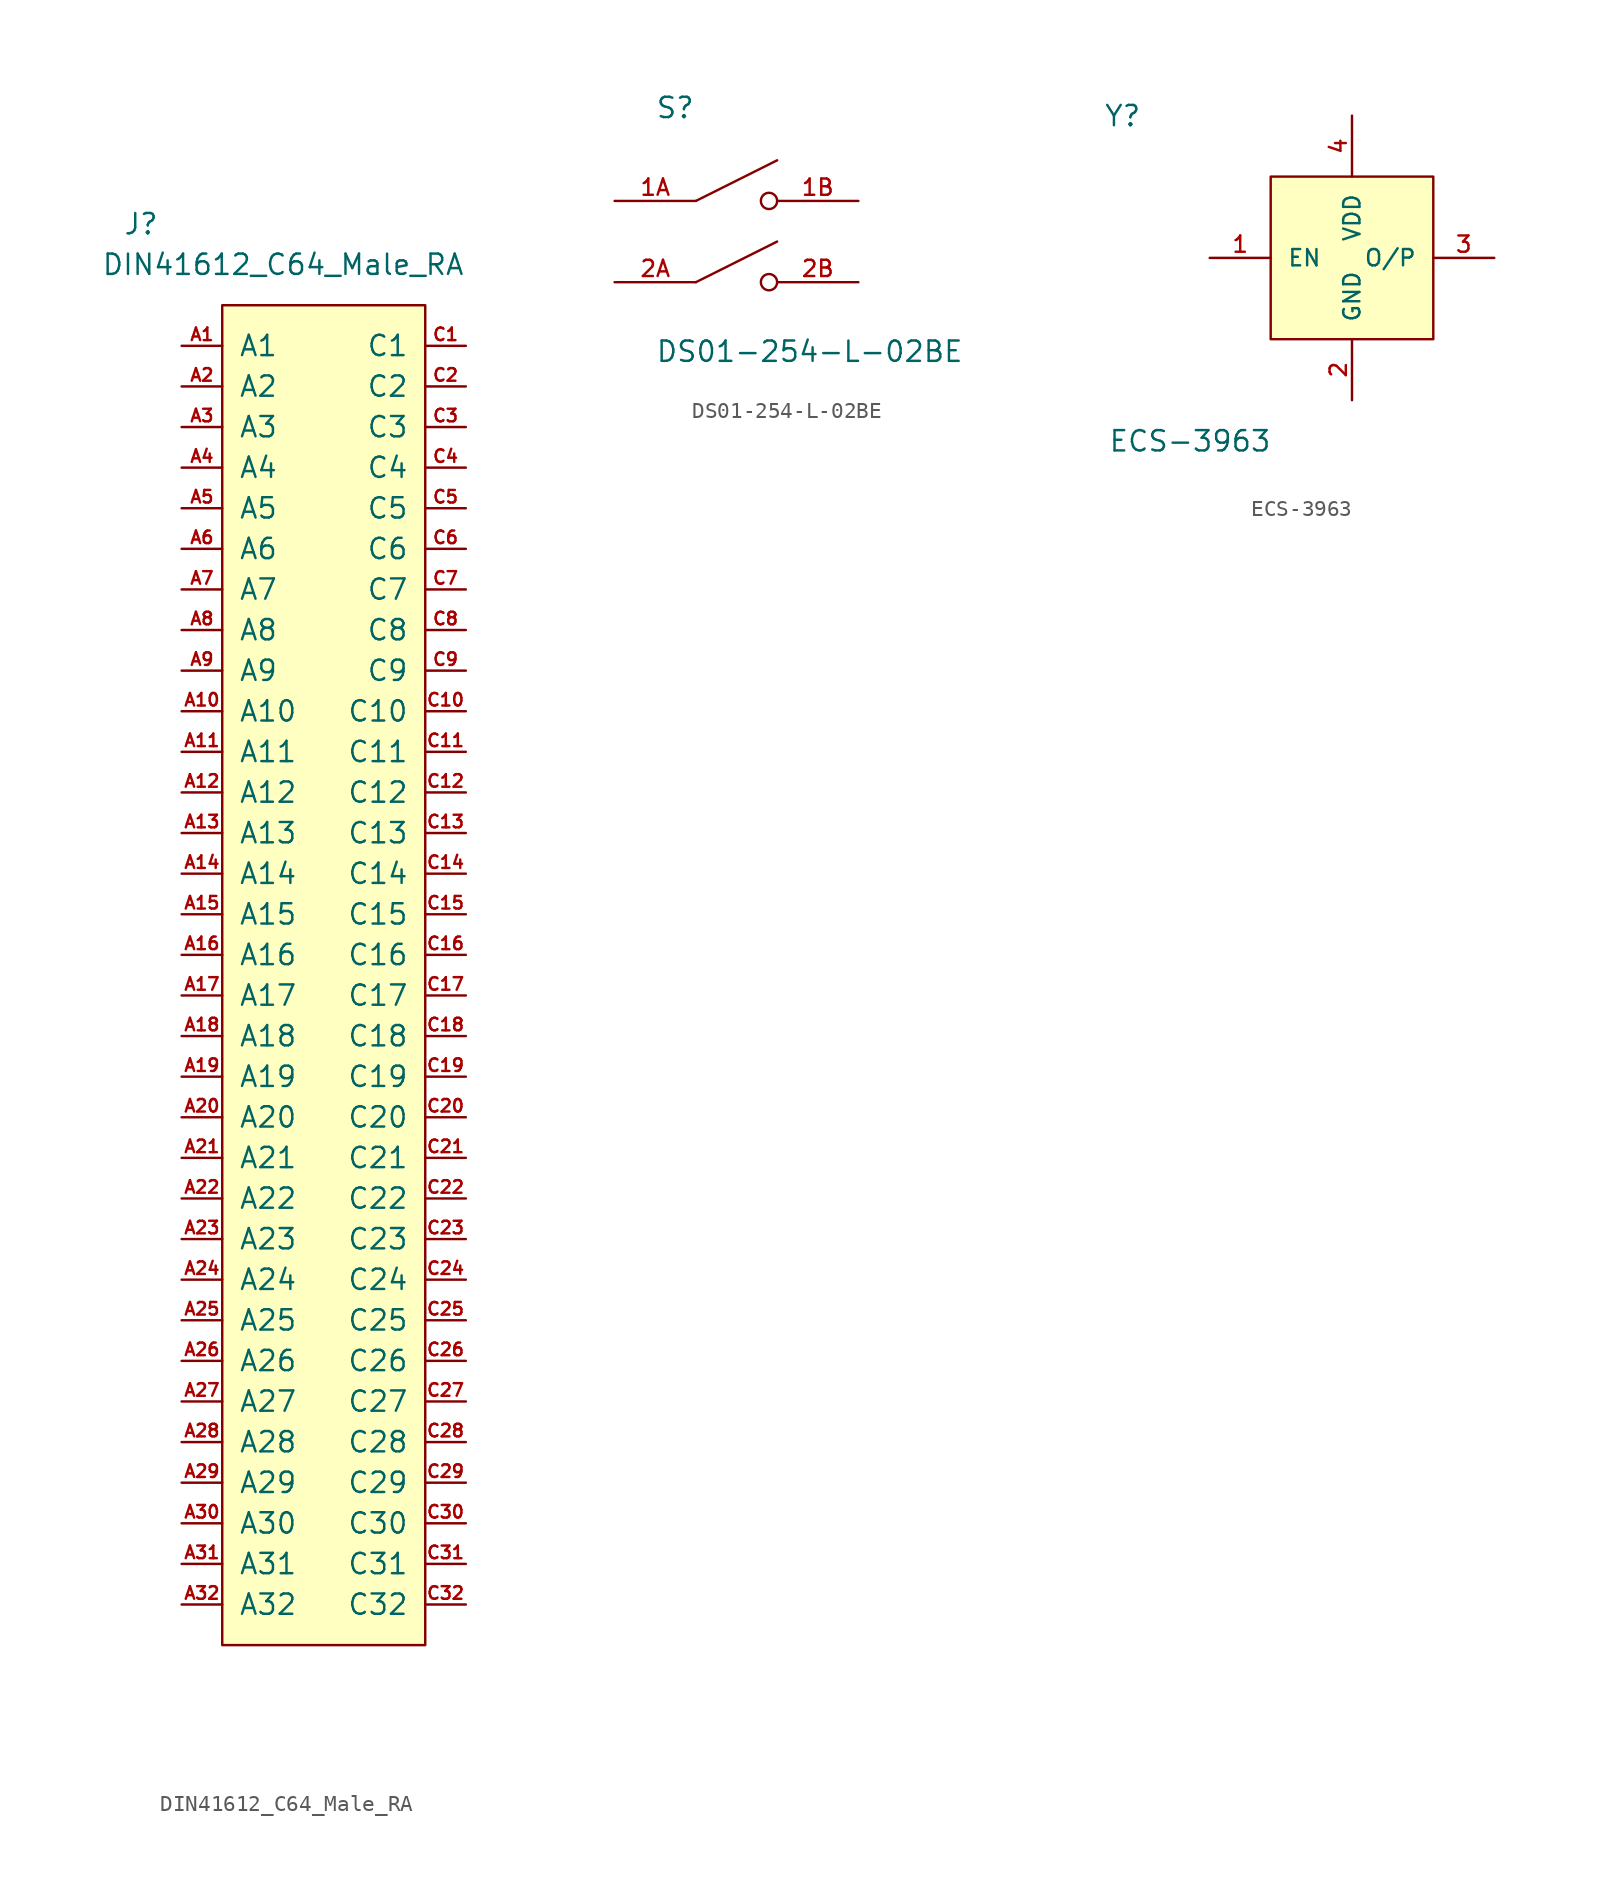
<source format=kicad_sym>
(kicad_symbol_lib
  (version 20220914)
  (generator kicad_symbol_editor)
  (symbol "DIN41612_C64_Male_RA"
    (pin_names
      (offset 1.016))
    (property "Reference" "J"
      (at -11.43 53.34 0)
      (effects (font (size 1.27 1.27))))
    (property "Value" "DIN41612_C64_Male_RA"
      (at -2.54 50.8 0)
      (effects (font (size 1.27 1.27))))
    (symbol "DIN41612_C64_Male_RA_0_1"
      (rectangle (start -6.35 48.26) (end 6.35 -35.56) (stroke (width 0) (type default)) (fill (type background))))
    (symbol "DIN41612_C64_Male_RA_1_1"
      (pin passive line (at -8.89 45.72 0) (length 2.54) (name "A1" (effects (font (size 1.27 1.27)))) (number "A1" (effects (font (size 0.787 0.787)))))
      (pin passive line (at -8.89 22.86 0) (length 2.54) (name "A10" (effects (font (size 1.27 1.27)))) (number "A10" (effects (font (size 0.787 0.787)))))
      (pin passive line (at -8.89 20.32 0) (length 2.54) (name "A11" (effects (font (size 1.27 1.27)))) (number "A11" (effects (font (size 0.787 0.787)))))
      (pin passive line (at -8.89 17.78 0) (length 2.54) (name "A12" (effects (font (size 1.27 1.27)))) (number "A12" (effects (font (size 0.787 0.787)))))
      (pin passive line (at -8.89 15.24 0) (length 2.54) (name "A13" (effects (font (size 1.27 1.27)))) (number "A13" (effects (font (size 0.787 0.787)))))
      (pin passive line (at -8.89 12.7 0) (length 2.54) (name "A14" (effects (font (size 1.27 1.27)))) (number "A14" (effects (font (size 0.787 0.787)))))
      (pin passive line (at -8.89 10.16 0) (length 2.54) (name "A15" (effects (font (size 1.27 1.27)))) (number "A15" (effects (font (size 0.787 0.787)))))
      (pin passive line (at -8.89 7.62 0) (length 2.54) (name "A16" (effects (font (size 1.27 1.27)))) (number "A16" (effects (font (size 0.787 0.787)))))
      (pin passive line (at -8.89 5.08 0) (length 2.54) (name "A17" (effects (font (size 1.27 1.27)))) (number "A17" (effects (font (size 0.787 0.787)))))
      (pin passive line (at -8.89 2.54 0) (length 2.54) (name "A18" (effects (font (size 1.27 1.27)))) (number "A18" (effects (font (size 0.787 0.787)))))
      (pin passive line (at -8.89 0 0) (length 2.54) (name "A19" (effects (font (size 1.27 1.27)))) (number "A19" (effects (font (size 0.787 0.787)))))
      (pin passive line (at -8.89 43.18 0) (length 2.54) (name "A2" (effects (font (size 1.27 1.27)))) (number "A2" (effects (font (size 0.787 0.787)))))
      (pin passive line (at -8.89 -2.54 0) (length 2.54) (name "A20" (effects (font (size 1.27 1.27)))) (number "A20" (effects (font (size 0.787 0.787)))))
      (pin passive line (at -8.89 -5.08 0) (length 2.54) (name "A21" (effects (font (size 1.27 1.27)))) (number "A21" (effects (font (size 0.787 0.787)))))
      (pin passive line (at -8.89 -7.62 0) (length 2.54) (name "A22" (effects (font (size 1.27 1.27)))) (number "A22" (effects (font (size 0.787 0.787)))))
      (pin passive line (at -8.89 -10.16 0) (length 2.54) (name "A23" (effects (font (size 1.27 1.27)))) (number "A23" (effects (font (size 0.787 0.787)))))
      (pin passive line (at -8.89 -12.7 0) (length 2.54) (name "A24" (effects (font (size 1.27 1.27)))) (number "A24" (effects (font (size 0.787 0.787)))))
      (pin passive line (at -8.89 -15.24 0) (length 2.54) (name "A25" (effects (font (size 1.27 1.27)))) (number "A25" (effects (font (size 0.787 0.787)))))
      (pin passive line (at -8.89 -17.78 0) (length 2.54) (name "A26" (effects (font (size 1.27 1.27)))) (number "A26" (effects (font (size 0.787 0.787)))))
      (pin passive line (at -8.89 -20.32 0) (length 2.54) (name "A27" (effects (font (size 1.27 1.27)))) (number "A27" (effects (font (size 0.787 0.787)))))
      (pin passive line (at -8.89 -22.86 0) (length 2.54) (name "A28" (effects (font (size 1.27 1.27)))) (number "A28" (effects (font (size 0.787 0.787)))))
      (pin passive line (at -8.89 -25.4 0) (length 2.54) (name "A29" (effects (font (size 1.27 1.27)))) (number "A29" (effects (font (size 0.787 0.787)))))
      (pin passive line (at -8.89 40.64 0) (length 2.54) (name "A3" (effects (font (size 1.27 1.27)))) (number "A3" (effects (font (size 0.787 0.787)))))
      (pin passive line (at -8.89 -27.94 0) (length 2.54) (name "A30" (effects (font (size 1.27 1.27)))) (number "A30" (effects (font (size 0.787 0.787)))))
      (pin passive line (at -8.89 -30.48 0) (length 2.54) (name "A31" (effects (font (size 1.27 1.27)))) (number "A31" (effects (font (size 0.787 0.787)))))
      (pin passive line (at -8.89 -33.02 0) (length 2.54) (name "A32" (effects (font (size 1.27 1.27)))) (number "A32" (effects (font (size 0.787 0.787)))))
      (pin passive line (at -8.89 38.1 0) (length 2.54) (name "A4" (effects (font (size 1.27 1.27)))) (number "A4" (effects (font (size 0.787 0.787)))))
      (pin passive line (at -8.89 35.56 0) (length 2.54) (name "A5" (effects (font (size 1.27 1.27)))) (number "A5" (effects (font (size 0.787 0.787)))))
      (pin passive line (at -8.89 33.02 0) (length 2.54) (name "A6" (effects (font (size 1.27 1.27)))) (number "A6" (effects (font (size 0.787 0.787)))))
      (pin passive line (at -8.89 30.48 0) (length 2.54) (name "A7" (effects (font (size 1.27 1.27)))) (number "A7" (effects (font (size 0.787 0.787)))))
      (pin passive line (at -8.89 27.94 0) (length 2.54) (name "A8" (effects (font (size 1.27 1.27)))) (number "A8" (effects (font (size 0.787 0.787)))))
      (pin passive line (at -8.89 25.4 0) (length 2.54) (name "A9" (effects (font (size 1.27 1.27)))) (number "A9" (effects (font (size 0.787 0.787)))))
      (pin passive line (at 8.89 45.72 180) (length 2.54) (name "C1" (effects (font (size 1.27 1.27)))) (number "C1" (effects (font (size 0.787 0.787)))))
      (pin passive line (at 8.89 22.86 180) (length 2.54) (name "C10" (effects (font (size 1.27 1.27)))) (number "C10" (effects (font (size 0.787 0.787)))))
      (pin passive line (at 8.89 20.32 180) (length 2.54) (name "C11" (effects (font (size 1.27 1.27)))) (number "C11" (effects (font (size 0.787 0.787)))))
      (pin passive line (at 8.89 17.78 180) (length 2.54) (name "C12" (effects (font (size 1.27 1.27)))) (number "C12" (effects (font (size 0.787 0.787)))))
      (pin passive line (at 8.89 15.24 180) (length 2.54) (name "C13" (effects (font (size 1.27 1.27)))) (number "C13" (effects (font (size 0.787 0.787)))))
      (pin passive line (at 8.89 12.7 180) (length 2.54) (name "C14" (effects (font (size 1.27 1.27)))) (number "C14" (effects (font (size 0.787 0.787)))))
      (pin passive line (at 8.89 10.16 180) (length 2.54) (name "C15" (effects (font (size 1.27 1.27)))) (number "C15" (effects (font (size 0.787 0.787)))))
      (pin passive line (at 8.89 7.62 180) (length 2.54) (name "C16" (effects (font (size 1.27 1.27)))) (number "C16" (effects (font (size 0.787 0.787)))))
      (pin passive line (at 8.89 5.08 180) (length 2.54) (name "C17" (effects (font (size 1.27 1.27)))) (number "C17" (effects (font (size 0.787 0.787)))))
      (pin passive line (at 8.89 2.54 180) (length 2.54) (name "C18" (effects (font (size 1.27 1.27)))) (number "C18" (effects (font (size 0.787 0.787)))))
      (pin passive line (at 8.89 0 180) (length 2.54) (name "C19" (effects (font (size 1.27 1.27)))) (number "C19" (effects (font (size 0.787 0.787)))))
      (pin passive line (at 8.89 43.18 180) (length 2.54) (name "C2" (effects (font (size 1.27 1.27)))) (number "C2" (effects (font (size 0.787 0.787)))))
      (pin passive line (at 8.89 -2.54 180) (length 2.54) (name "C20" (effects (font (size 1.27 1.27)))) (number "C20" (effects (font (size 0.787 0.787)))))
      (pin passive line (at 8.89 -5.08 180) (length 2.54) (name "C21" (effects (font (size 1.27 1.27)))) (number "C21" (effects (font (size 0.787 0.787)))))
      (pin passive line (at 8.89 -7.62 180) (length 2.54) (name "C22" (effects (font (size 1.27 1.27)))) (number "C22" (effects (font (size 0.787 0.787)))))
      (pin passive line (at 8.89 -10.16 180) (length 2.54) (name "C23" (effects (font (size 1.27 1.27)))) (number "C23" (effects (font (size 0.787 0.787)))))
      (pin passive line (at 8.89 -12.7 180) (length 2.54) (name "C24" (effects (font (size 1.27 1.27)))) (number "C24" (effects (font (size 0.787 0.787)))))
      (pin passive line (at 8.89 -15.24 180) (length 2.54) (name "C25" (effects (font (size 1.27 1.27)))) (number "C25" (effects (font (size 0.787 0.787)))))
      (pin passive line (at 8.89 -17.78 180) (length 2.54) (name "C26" (effects (font (size 1.27 1.27)))) (number "C26" (effects (font (size 0.787 0.787)))))
      (pin passive line (at 8.89 -20.32 180) (length 2.54) (name "C27" (effects (font (size 1.27 1.27)))) (number "C27" (effects (font (size 0.787 0.787)))))
      (pin passive line (at 8.89 -22.86 180) (length 2.54) (name "C28" (effects (font (size 1.27 1.27)))) (number "C28" (effects (font (size 0.787 0.787)))))
      (pin passive line (at 8.89 -25.4 180) (length 2.54) (name "C29" (effects (font (size 1.27 1.27)))) (number "C29" (effects (font (size 0.787 0.787)))))
      (pin passive line (at 8.89 40.64 180) (length 2.54) (name "C3" (effects (font (size 1.27 1.27)))) (number "C3" (effects (font (size 0.787 0.787)))))
      (pin passive line (at 8.89 -27.94 180) (length 2.54) (name "C30" (effects (font (size 1.27 1.27)))) (number "C30" (effects (font (size 0.787 0.787)))))
      (pin passive line (at 8.89 -30.48 180) (length 2.54) (name "C31" (effects (font (size 1.27 1.27)))) (number "C31" (effects (font (size 0.787 0.787)))))
      (pin passive line (at 8.89 -33.02 180) (length 2.54) (name "C32" (effects (font (size 1.27 1.27)))) (number "C32" (effects (font (size 0.787 0.787)))))
      (pin passive line (at 8.89 38.1 180) (length 2.54) (name "C4" (effects (font (size 1.27 1.27)))) (number "C4" (effects (font (size 0.787 0.787)))))
      (pin passive line (at 8.89 35.56 180) (length 2.54) (name "C5" (effects (font (size 1.27 1.27)))) (number "C5" (effects (font (size 0.787 0.787)))))
      (pin passive line (at 8.89 33.02 180) (length 2.54) (name "C6" (effects (font (size 1.27 1.27)))) (number "C6" (effects (font (size 0.787 0.787)))))
      (pin passive line (at 8.89 30.48 180) (length 2.54) (name "C7" (effects (font (size 1.27 1.27)))) (number "C7" (effects (font (size 0.787 0.787)))))
      (pin passive line (at 8.89 27.94 180) (length 2.54) (name "C8" (effects (font (size 1.27 1.27)))) (number "C8" (effects (font (size 0.787 0.787)))))
      (pin passive line (at 8.89 25.4 180) (length 2.54) (name "C9" (effects (font (size 1.27 1.27)))) (number "C9" (effects (font (size 0.787 0.787)))))))
  (symbol "DS01-254-L-02BE"
    (pin_names
      (offset 1.016) hide)
    (property "Reference" "S"
      (at -5.08 7.62 0)
      (effects (font (size 1.27 1.27)) (justify left bottom)))
    (property "Value" "DS01-254-L-02BE"
      (at -5.08 -7.62 0)
      (effects (font (size 1.27 1.27)) (justify left bottom)))
    (property "ki_locked" ""
      (at 0 0 0)
      (effects (font (size 1.27 1.27))))
    (symbol "DS01-254-L-02BE_0_0"
      (polyline (pts (xy -2.54 -2.54) (xy 2.54 0)) (stroke (width 0.152) (type default)) (fill (type none)))
      (polyline (pts (xy -2.54 2.54) (xy 2.54 5.08)) (stroke (width 0.152) (type default)) (fill (type none)))
      (circle (center 2.032 -2.54) (radius 0.508) (stroke (width 0.152) (type default)) (fill (type none)))
      (circle (center 2.032 2.54) (radius 0.508) (stroke (width 0.152) (type default)) (fill (type none)))
      (pin passive line (at -7.62 2.54 0) (length 5.08) (name "~" (effects (font (size 1.016 1.016)))) (number "1A" (effects (font (size 1.016 1.016)))))
      (pin passive line (at 7.62 2.54 180) (length 5.08) (name "~" (effects (font (size 1.016 1.016)))) (number "1B" (effects (font (size 1.016 1.016)))))
      (pin passive line (at -7.62 -2.54 0) (length 5.08) (name "~" (effects (font (size 1.016 1.016)))) (number "2A" (effects (font (size 1.016 1.016)))))
      (pin passive line (at 7.62 -2.54 180) (length 5.08) (name "~" (effects (font (size 1.016 1.016)))) (number "2B" (effects (font (size 1.016 1.016)))))))
  (symbol "ECS-3963"
    (pin_names
      (offset 1.016))
    (property "Reference" "Y"
      (at -15.519 8.128 0)
      (effects (font (size 1.27 1.27)) (justify left bottom)))
    (property "Value" "ECS-3963"
      (at -15.24 -12.192 0)
      (effects (font (size 1.27 1.27)) (justify left bottom)))
    (symbol "ECS-3963_0_0"
      (rectangle (start -5.08 -5.08) (end 5.08 5.08) (stroke (width 0.152) (type default)) (fill (type background)))
      (pin input line (at -8.89 0 0) (length 3.81) (name "EN" (effects (font (size 1.016 1.016)))) (number "1" (effects (font (size 1.016 1.016)))))
      (pin power_in line (at 0 -8.89 90) (length 3.81) (name "GND" (effects (font (size 1.016 1.016)))) (number "2" (effects (font (size 1.016 1.016)))))
      (pin output line (at 8.89 0 180) (length 3.81) (name "O/P" (effects (font (size 1.016 1.016)))) (number "3" (effects (font (size 1.016 1.016)))))
      (pin power_in line (at 0 8.89 270) (length 3.81) (name "VDD" (effects (font (size 1.016 1.016)))) (number "4" (effects (font (size 1.016 1.016))))))))
</source>
